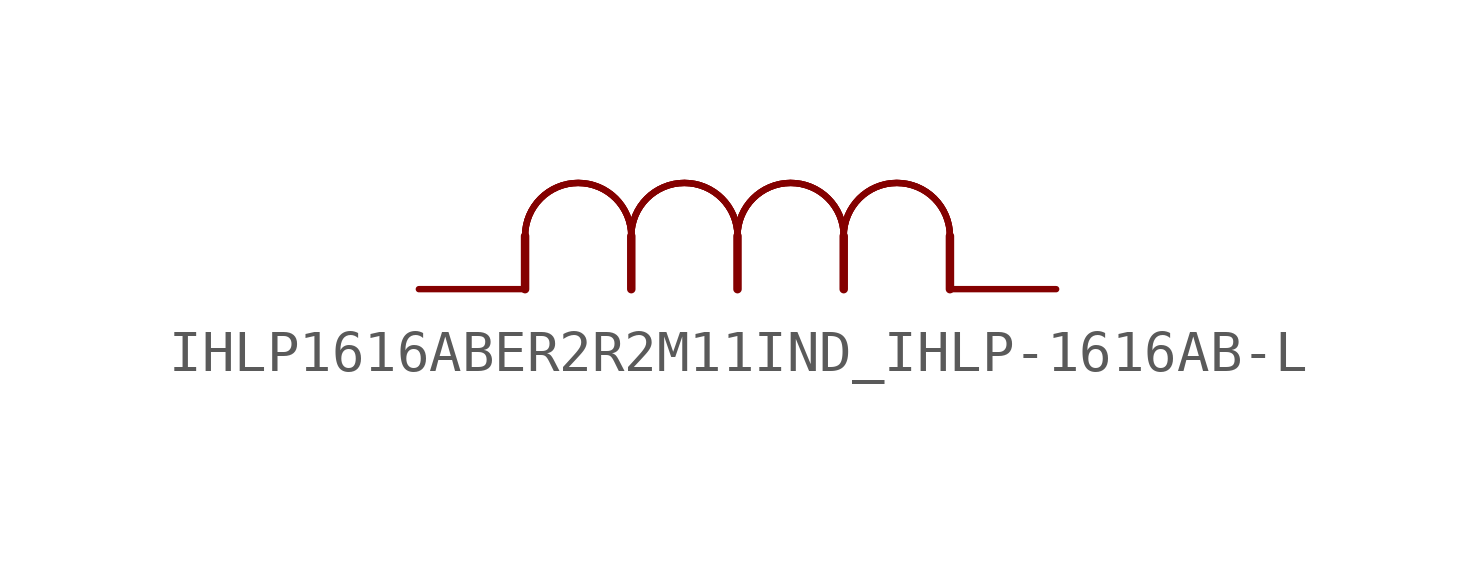
<source format=kicad_sym>
(kicad_symbol_lib
  (version 20231120)
  (generator "kicad_symbol_editor")
  (generator_version "8.0")
  (symbol "IHLP1616ABER2R2M11IND_IHLP-1616AB-L"
    (property "Reference" "L"
      (at -0.914 3.353 0)
      (effects (font (size 3.48 2.958)) (justify left bottom) (hide yes)))
    (property "ki_locked" ""
      (at 0 0 0)
      (effects (font (size 1.27 1.27))))
    (symbol "IHLP1616ABER2R2M11IND_IHLP-1616AB-L_1_0"
      (polyline (pts (xy 2.54 0) (xy 2.54 1.27)) (stroke (width 0.203) (type solid)) (fill (type none)))
      (polyline (pts (xy 5.08 0) (xy 5.08 1.27)) (stroke (width 0.203) (type solid)) (fill (type none)))
      (polyline (pts (xy 7.62 0) (xy 7.62 1.27)) (stroke (width 0.203) (type solid)) (fill (type none)))
      (polyline (pts (xy 10.16 0) (xy 10.16 1.27)) (stroke (width 0.203) (type solid)) (fill (type none)))
      (polyline (pts (xy 12.7 0) (xy 12.7 1.27)) (stroke (width 0.203) (type solid)) (fill (type none)))
      (arc (start 5.08 1.27) (mid 3.81 2.54) (end 2.54 1.27) (stroke (width 0.1524) (type solid)) (fill (type none)))
      (arc (start 5.08 1.27) (mid 3.81 2.54) (end 2.54 1.27) (stroke (width 0.1524) (type solid)) (fill (type none)))
      (arc (start 5.08 1.27) (mid 3.81 2.54) (end 2.54 1.27) (stroke (width 0.1524) (type solid)) (fill (type none)))
      (arc (start 7.62 1.27) (mid 6.35 2.54) (end 5.08 1.27) (stroke (width 0.1524) (type solid)) (fill (type none)))
      (arc (start 7.62 1.27) (mid 6.35 2.54) (end 5.08 1.27) (stroke (width 0.1524) (type solid)) (fill (type none)))
      (arc (start 7.62 1.27) (mid 6.35 2.54) (end 5.08 1.27) (stroke (width 0.1524) (type solid)) (fill (type none)))
      (arc (start 10.16 1.27) (mid 8.89 2.54) (end 7.62 1.27) (stroke (width 0.1524) (type solid)) (fill (type none)))
      (arc (start 10.16 1.27) (mid 8.89 2.54) (end 7.62 1.27) (stroke (width 0.1524) (type solid)) (fill (type none)))
      (arc (start 10.16 1.27) (mid 8.89 2.54) (end 7.62 1.27) (stroke (width 0.1524) (type solid)) (fill (type none)))
      (arc (start 12.7 1.27) (mid 11.43 2.54) (end 10.16 1.27) (stroke (width 0.1524) (type solid)) (fill (type none)))
      (arc (start 12.7 1.27) (mid 11.43 2.54) (end 10.16 1.27) (stroke (width 0.1524) (type solid)) (fill (type none)))
      (arc (start 12.7 1.27) (mid 11.43 2.54) (end 10.16 1.27) (stroke (width 0.1524) (type solid)) (fill (type none)))
      (pin passive line (at 15.24 0 180) (length 2.54) (name "1" (effects (font (size 0 0)))) (number "1" (effects (font (size 0 0)))))
      (pin passive line (at 0 0 0) (length 2.54) (name "2" (effects (font (size 0 0)))) (number "2" (effects (font (size 0 0))))))))
</source>
